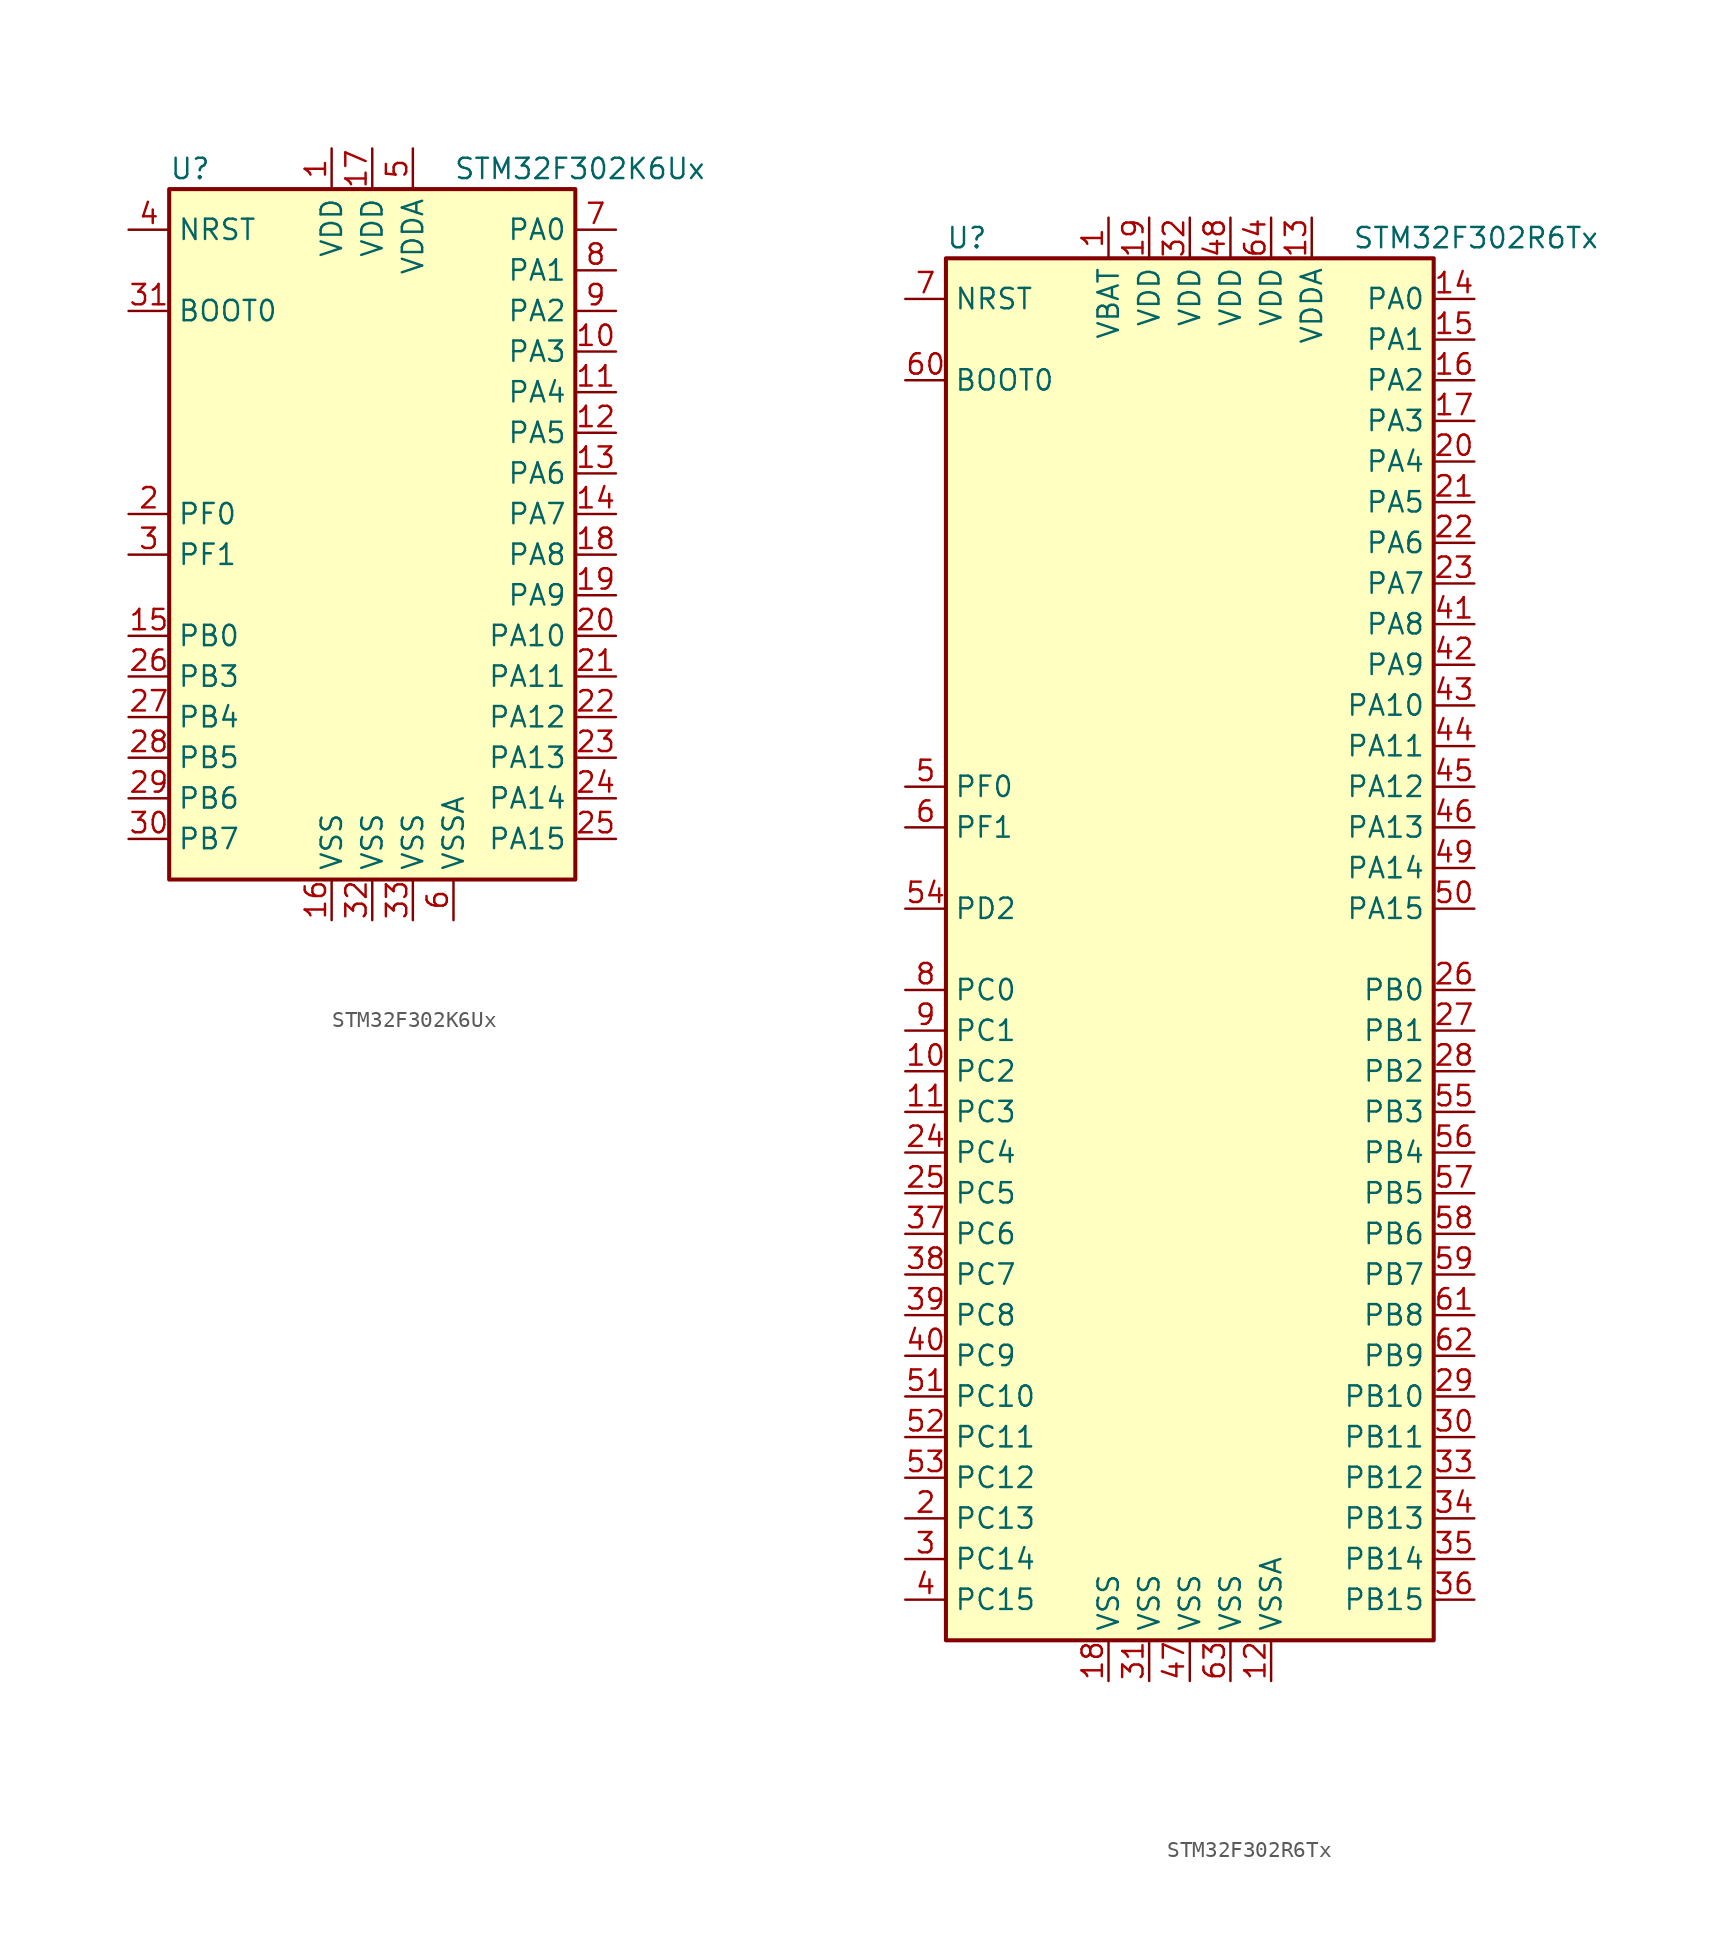
<source format=kicad_sym>
(kicad_symbol_lib
  (version 20211014)
  (generator kicad_symbol_editor)
  (symbol "STM32F302K6Ux"
    (property "Reference" "U"
      (at -12.7 21.59 0)
      (effects (font (size 1.27 1.27)) (justify left)))
    (property "Value" "STM32F302K6Ux"
      (at 5.08 21.59 0)
      (effects (font (size 1.27 1.27)) (justify left)))
    (symbol "STM32F302K6Ux_0_1"
      (rectangle (start -12.7 -22.86) (end 12.7 20.32) (stroke (width 0.254) (type default) (color 0 0 0 0)) (fill (type background))))
    (symbol "STM32F302K6Ux_1_1"
      (pin power_in line (at -2.54 22.86 270) (length 2.54) (name "VDD" (effects (font (size 1.27 1.27)))) (number "1" (effects (font (size 1.27 1.27)))))
      (pin bidirectional line (at 15.24 10.16 180) (length 2.54) (name "PA3" (effects (font (size 1.27 1.27)))) (number "10" (effects (font (size 1.27 1.27)))))
      (pin bidirectional line (at 15.24 7.62 180) (length 2.54) (name "PA4" (effects (font (size 1.27 1.27)))) (number "11" (effects (font (size 1.27 1.27)))))
      (pin bidirectional line (at 15.24 5.08 180) (length 2.54) (name "PA5" (effects (font (size 1.27 1.27)))) (number "12" (effects (font (size 1.27 1.27)))))
      (pin bidirectional line (at 15.24 2.54 180) (length 2.54) (name "PA6" (effects (font (size 1.27 1.27)))) (number "13" (effects (font (size 1.27 1.27)))))
      (pin bidirectional line (at 15.24 0 180) (length 2.54) (name "PA7" (effects (font (size 1.27 1.27)))) (number "14" (effects (font (size 1.27 1.27)))))
      (pin bidirectional line (at -15.24 -7.62 0) (length 2.54) (name "PB0" (effects (font (size 1.27 1.27)))) (number "15" (effects (font (size 1.27 1.27)))))
      (pin power_in line (at -2.54 -25.4 90) (length 2.54) (name "VSS" (effects (font (size 1.27 1.27)))) (number "16" (effects (font (size 1.27 1.27)))))
      (pin power_in line (at 0 22.86 270) (length 2.54) (name "VDD" (effects (font (size 1.27 1.27)))) (number "17" (effects (font (size 1.27 1.27)))))
      (pin bidirectional line (at 15.24 -2.54 180) (length 2.54) (name "PA8" (effects (font (size 1.27 1.27)))) (number "18" (effects (font (size 1.27 1.27)))))
      (pin bidirectional line (at 15.24 -5.08 180) (length 2.54) (name "PA9" (effects (font (size 1.27 1.27)))) (number "19" (effects (font (size 1.27 1.27)))))
      (pin input line (at -15.24 0 0) (length 2.54) (name "PF0" (effects (font (size 1.27 1.27)))) (number "2" (effects (font (size 1.27 1.27)))))
      (pin bidirectional line (at 15.24 -7.62 180) (length 2.54) (name "PA10" (effects (font (size 1.27 1.27)))) (number "20" (effects (font (size 1.27 1.27)))))
      (pin bidirectional line (at 15.24 -10.16 180) (length 2.54) (name "PA11" (effects (font (size 1.27 1.27)))) (number "21" (effects (font (size 1.27 1.27)))))
      (pin bidirectional line (at 15.24 -12.7 180) (length 2.54) (name "PA12" (effects (font (size 1.27 1.27)))) (number "22" (effects (font (size 1.27 1.27)))))
      (pin bidirectional line (at 15.24 -15.24 180) (length 2.54) (name "PA13" (effects (font (size 1.27 1.27)))) (number "23" (effects (font (size 1.27 1.27)))))
      (pin bidirectional line (at 15.24 -17.78 180) (length 2.54) (name "PA14" (effects (font (size 1.27 1.27)))) (number "24" (effects (font (size 1.27 1.27)))))
      (pin bidirectional line (at 15.24 -20.32 180) (length 2.54) (name "PA15" (effects (font (size 1.27 1.27)))) (number "25" (effects (font (size 1.27 1.27)))))
      (pin bidirectional line (at -15.24 -10.16 0) (length 2.54) (name "PB3" (effects (font (size 1.27 1.27)))) (number "26" (effects (font (size 1.27 1.27)))))
      (pin bidirectional line (at -15.24 -12.7 0) (length 2.54) (name "PB4" (effects (font (size 1.27 1.27)))) (number "27" (effects (font (size 1.27 1.27)))))
      (pin bidirectional line (at -15.24 -15.24 0) (length 2.54) (name "PB5" (effects (font (size 1.27 1.27)))) (number "28" (effects (font (size 1.27 1.27)))))
      (pin bidirectional line (at -15.24 -17.78 0) (length 2.54) (name "PB6" (effects (font (size 1.27 1.27)))) (number "29" (effects (font (size 1.27 1.27)))))
      (pin input line (at -15.24 -2.54 0) (length 2.54) (name "PF1" (effects (font (size 1.27 1.27)))) (number "3" (effects (font (size 1.27 1.27)))))
      (pin bidirectional line (at -15.24 -20.32 0) (length 2.54) (name "PB7" (effects (font (size 1.27 1.27)))) (number "30" (effects (font (size 1.27 1.27)))))
      (pin input line (at -15.24 12.7 0) (length 2.54) (name "BOOT0" (effects (font (size 1.27 1.27)))) (number "31" (effects (font (size 1.27 1.27)))))
      (pin power_in line (at 0 -25.4 90) (length 2.54) (name "VSS" (effects (font (size 1.27 1.27)))) (number "32" (effects (font (size 1.27 1.27)))))
      (pin power_in line (at 2.54 -25.4 90) (length 2.54) (name "VSS" (effects (font (size 1.27 1.27)))) (number "33" (effects (font (size 1.27 1.27)))))
      (pin input line (at -15.24 17.78 0) (length 2.54) (name "NRST" (effects (font (size 1.27 1.27)))) (number "4" (effects (font (size 1.27 1.27)))))
      (pin power_in line (at 2.54 22.86 270) (length 2.54) (name "VDDA" (effects (font (size 1.27 1.27)))) (number "5" (effects (font (size 1.27 1.27)))))
      (pin power_in line (at 5.08 -25.4 90) (length 2.54) (name "VSSA" (effects (font (size 1.27 1.27)))) (number "6" (effects (font (size 1.27 1.27)))))
      (pin bidirectional line (at 15.24 17.78 180) (length 2.54) (name "PA0" (effects (font (size 1.27 1.27)))) (number "7" (effects (font (size 1.27 1.27)))))
      (pin bidirectional line (at 15.24 15.24 180) (length 2.54) (name "PA1" (effects (font (size 1.27 1.27)))) (number "8" (effects (font (size 1.27 1.27)))))
      (pin bidirectional line (at 15.24 12.7 180) (length 2.54) (name "PA2" (effects (font (size 1.27 1.27)))) (number "9" (effects (font (size 1.27 1.27)))))))
  (symbol "STM32F302R6Tx"
    (property "Reference" "U"
      (at -15.24 44.45 0)
      (effects (font (size 1.27 1.27)) (justify left)))
    (property "Value" "STM32F302R6Tx"
      (at 10.16 44.45 0)
      (effects (font (size 1.27 1.27)) (justify left)))
    (symbol "STM32F302R6Tx_0_1"
      (rectangle (start -15.24 -43.18) (end 15.24 43.18) (stroke (width 0.254) (type default) (color 0 0 0 0)) (fill (type background))))
    (symbol "STM32F302R6Tx_1_1"
      (pin power_in line (at -5.08 45.72 270) (length 2.54) (name "VBAT" (effects (font (size 1.27 1.27)))) (number "1" (effects (font (size 1.27 1.27)))))
      (pin bidirectional line (at -17.78 -7.62 0) (length 2.54) (name "PC2" (effects (font (size 1.27 1.27)))) (number "10" (effects (font (size 1.27 1.27)))))
      (pin bidirectional line (at -17.78 -10.16 0) (length 2.54) (name "PC3" (effects (font (size 1.27 1.27)))) (number "11" (effects (font (size 1.27 1.27)))))
      (pin power_in line (at 5.08 -45.72 90) (length 2.54) (name "VSSA" (effects (font (size 1.27 1.27)))) (number "12" (effects (font (size 1.27 1.27)))))
      (pin power_in line (at 7.62 45.72 270) (length 2.54) (name "VDDA" (effects (font (size 1.27 1.27)))) (number "13" (effects (font (size 1.27 1.27)))))
      (pin bidirectional line (at 17.78 40.64 180) (length 2.54) (name "PA0" (effects (font (size 1.27 1.27)))) (number "14" (effects (font (size 1.27 1.27)))))
      (pin bidirectional line (at 17.78 38.1 180) (length 2.54) (name "PA1" (effects (font (size 1.27 1.27)))) (number "15" (effects (font (size 1.27 1.27)))))
      (pin bidirectional line (at 17.78 35.56 180) (length 2.54) (name "PA2" (effects (font (size 1.27 1.27)))) (number "16" (effects (font (size 1.27 1.27)))))
      (pin bidirectional line (at 17.78 33.02 180) (length 2.54) (name "PA3" (effects (font (size 1.27 1.27)))) (number "17" (effects (font (size 1.27 1.27)))))
      (pin power_in line (at -5.08 -45.72 90) (length 2.54) (name "VSS" (effects (font (size 1.27 1.27)))) (number "18" (effects (font (size 1.27 1.27)))))
      (pin power_in line (at -2.54 45.72 270) (length 2.54) (name "VDD" (effects (font (size 1.27 1.27)))) (number "19" (effects (font (size 1.27 1.27)))))
      (pin bidirectional line (at -17.78 -35.56 0) (length 2.54) (name "PC13" (effects (font (size 1.27 1.27)))) (number "2" (effects (font (size 1.27 1.27)))))
      (pin bidirectional line (at 17.78 30.48 180) (length 2.54) (name "PA4" (effects (font (size 1.27 1.27)))) (number "20" (effects (font (size 1.27 1.27)))))
      (pin bidirectional line (at 17.78 27.94 180) (length 2.54) (name "PA5" (effects (font (size 1.27 1.27)))) (number "21" (effects (font (size 1.27 1.27)))))
      (pin bidirectional line (at 17.78 25.4 180) (length 2.54) (name "PA6" (effects (font (size 1.27 1.27)))) (number "22" (effects (font (size 1.27 1.27)))))
      (pin bidirectional line (at 17.78 22.86 180) (length 2.54) (name "PA7" (effects (font (size 1.27 1.27)))) (number "23" (effects (font (size 1.27 1.27)))))
      (pin bidirectional line (at -17.78 -12.7 0) (length 2.54) (name "PC4" (effects (font (size 1.27 1.27)))) (number "24" (effects (font (size 1.27 1.27)))))
      (pin bidirectional line (at -17.78 -15.24 0) (length 2.54) (name "PC5" (effects (font (size 1.27 1.27)))) (number "25" (effects (font (size 1.27 1.27)))))
      (pin bidirectional line (at 17.78 -2.54 180) (length 2.54) (name "PB0" (effects (font (size 1.27 1.27)))) (number "26" (effects (font (size 1.27 1.27)))))
      (pin bidirectional line (at 17.78 -5.08 180) (length 2.54) (name "PB1" (effects (font (size 1.27 1.27)))) (number "27" (effects (font (size 1.27 1.27)))))
      (pin bidirectional line (at 17.78 -7.62 180) (length 2.54) (name "PB2" (effects (font (size 1.27 1.27)))) (number "28" (effects (font (size 1.27 1.27)))))
      (pin bidirectional line (at 17.78 -27.94 180) (length 2.54) (name "PB10" (effects (font (size 1.27 1.27)))) (number "29" (effects (font (size 1.27 1.27)))))
      (pin bidirectional line (at -17.78 -38.1 0) (length 2.54) (name "PC14" (effects (font (size 1.27 1.27)))) (number "3" (effects (font (size 1.27 1.27)))))
      (pin bidirectional line (at 17.78 -30.48 180) (length 2.54) (name "PB11" (effects (font (size 1.27 1.27)))) (number "30" (effects (font (size 1.27 1.27)))))
      (pin power_in line (at -2.54 -45.72 90) (length 2.54) (name "VSS" (effects (font (size 1.27 1.27)))) (number "31" (effects (font (size 1.27 1.27)))))
      (pin power_in line (at 0 45.72 270) (length 2.54) (name "VDD" (effects (font (size 1.27 1.27)))) (number "32" (effects (font (size 1.27 1.27)))))
      (pin bidirectional line (at 17.78 -33.02 180) (length 2.54) (name "PB12" (effects (font (size 1.27 1.27)))) (number "33" (effects (font (size 1.27 1.27)))))
      (pin bidirectional line (at 17.78 -35.56 180) (length 2.54) (name "PB13" (effects (font (size 1.27 1.27)))) (number "34" (effects (font (size 1.27 1.27)))))
      (pin bidirectional line (at 17.78 -38.1 180) (length 2.54) (name "PB14" (effects (font (size 1.27 1.27)))) (number "35" (effects (font (size 1.27 1.27)))))
      (pin bidirectional line (at 17.78 -40.64 180) (length 2.54) (name "PB15" (effects (font (size 1.27 1.27)))) (number "36" (effects (font (size 1.27 1.27)))))
      (pin bidirectional line (at -17.78 -17.78 0) (length 2.54) (name "PC6" (effects (font (size 1.27 1.27)))) (number "37" (effects (font (size 1.27 1.27)))))
      (pin bidirectional line (at -17.78 -20.32 0) (length 2.54) (name "PC7" (effects (font (size 1.27 1.27)))) (number "38" (effects (font (size 1.27 1.27)))))
      (pin bidirectional line (at -17.78 -22.86 0) (length 2.54) (name "PC8" (effects (font (size 1.27 1.27)))) (number "39" (effects (font (size 1.27 1.27)))))
      (pin bidirectional line (at -17.78 -40.64 0) (length 2.54) (name "PC15" (effects (font (size 1.27 1.27)))) (number "4" (effects (font (size 1.27 1.27)))))
      (pin bidirectional line (at -17.78 -25.4 0) (length 2.54) (name "PC9" (effects (font (size 1.27 1.27)))) (number "40" (effects (font (size 1.27 1.27)))))
      (pin bidirectional line (at 17.78 20.32 180) (length 2.54) (name "PA8" (effects (font (size 1.27 1.27)))) (number "41" (effects (font (size 1.27 1.27)))))
      (pin bidirectional line (at 17.78 17.78 180) (length 2.54) (name "PA9" (effects (font (size 1.27 1.27)))) (number "42" (effects (font (size 1.27 1.27)))))
      (pin bidirectional line (at 17.78 15.24 180) (length 2.54) (name "PA10" (effects (font (size 1.27 1.27)))) (number "43" (effects (font (size 1.27 1.27)))))
      (pin bidirectional line (at 17.78 12.7 180) (length 2.54) (name "PA11" (effects (font (size 1.27 1.27)))) (number "44" (effects (font (size 1.27 1.27)))))
      (pin bidirectional line (at 17.78 10.16 180) (length 2.54) (name "PA12" (effects (font (size 1.27 1.27)))) (number "45" (effects (font (size 1.27 1.27)))))
      (pin bidirectional line (at 17.78 7.62 180) (length 2.54) (name "PA13" (effects (font (size 1.27 1.27)))) (number "46" (effects (font (size 1.27 1.27)))))
      (pin power_in line (at 0 -45.72 90) (length 2.54) (name "VSS" (effects (font (size 1.27 1.27)))) (number "47" (effects (font (size 1.27 1.27)))))
      (pin power_in line (at 2.54 45.72 270) (length 2.54) (name "VDD" (effects (font (size 1.27 1.27)))) (number "48" (effects (font (size 1.27 1.27)))))
      (pin bidirectional line (at 17.78 5.08 180) (length 2.54) (name "PA14" (effects (font (size 1.27 1.27)))) (number "49" (effects (font (size 1.27 1.27)))))
      (pin input line (at -17.78 10.16 0) (length 2.54) (name "PF0" (effects (font (size 1.27 1.27)))) (number "5" (effects (font (size 1.27 1.27)))))
      (pin bidirectional line (at 17.78 2.54 180) (length 2.54) (name "PA15" (effects (font (size 1.27 1.27)))) (number "50" (effects (font (size 1.27 1.27)))))
      (pin bidirectional line (at -17.78 -27.94 0) (length 2.54) (name "PC10" (effects (font (size 1.27 1.27)))) (number "51" (effects (font (size 1.27 1.27)))))
      (pin bidirectional line (at -17.78 -30.48 0) (length 2.54) (name "PC11" (effects (font (size 1.27 1.27)))) (number "52" (effects (font (size 1.27 1.27)))))
      (pin bidirectional line (at -17.78 -33.02 0) (length 2.54) (name "PC12" (effects (font (size 1.27 1.27)))) (number "53" (effects (font (size 1.27 1.27)))))
      (pin bidirectional line (at -17.78 2.54 0) (length 2.54) (name "PD2" (effects (font (size 1.27 1.27)))) (number "54" (effects (font (size 1.27 1.27)))))
      (pin bidirectional line (at 17.78 -10.16 180) (length 2.54) (name "PB3" (effects (font (size 1.27 1.27)))) (number "55" (effects (font (size 1.27 1.27)))))
      (pin bidirectional line (at 17.78 -12.7 180) (length 2.54) (name "PB4" (effects (font (size 1.27 1.27)))) (number "56" (effects (font (size 1.27 1.27)))))
      (pin bidirectional line (at 17.78 -15.24 180) (length 2.54) (name "PB5" (effects (font (size 1.27 1.27)))) (number "57" (effects (font (size 1.27 1.27)))))
      (pin bidirectional line (at 17.78 -17.78 180) (length 2.54) (name "PB6" (effects (font (size 1.27 1.27)))) (number "58" (effects (font (size 1.27 1.27)))))
      (pin bidirectional line (at 17.78 -20.32 180) (length 2.54) (name "PB7" (effects (font (size 1.27 1.27)))) (number "59" (effects (font (size 1.27 1.27)))))
      (pin input line (at -17.78 7.62 0) (length 2.54) (name "PF1" (effects (font (size 1.27 1.27)))) (number "6" (effects (font (size 1.27 1.27)))))
      (pin input line (at -17.78 35.56 0) (length 2.54) (name "BOOT0" (effects (font (size 1.27 1.27)))) (number "60" (effects (font (size 1.27 1.27)))))
      (pin bidirectional line (at 17.78 -22.86 180) (length 2.54) (name "PB8" (effects (font (size 1.27 1.27)))) (number "61" (effects (font (size 1.27 1.27)))))
      (pin bidirectional line (at 17.78 -25.4 180) (length 2.54) (name "PB9" (effects (font (size 1.27 1.27)))) (number "62" (effects (font (size 1.27 1.27)))))
      (pin power_in line (at 2.54 -45.72 90) (length 2.54) (name "VSS" (effects (font (size 1.27 1.27)))) (number "63" (effects (font (size 1.27 1.27)))))
      (pin power_in line (at 5.08 45.72 270) (length 2.54) (name "VDD" (effects (font (size 1.27 1.27)))) (number "64" (effects (font (size 1.27 1.27)))))
      (pin input line (at -17.78 40.64 0) (length 2.54) (name "NRST" (effects (font (size 1.27 1.27)))) (number "7" (effects (font (size 1.27 1.27)))))
      (pin bidirectional line (at -17.78 -2.54 0) (length 2.54) (name "PC0" (effects (font (size 1.27 1.27)))) (number "8" (effects (font (size 1.27 1.27)))))
      (pin bidirectional line (at -17.78 -5.08 0) (length 2.54) (name "PC1" (effects (font (size 1.27 1.27)))) (number "9" (effects (font (size 1.27 1.27))))))))
</source>
